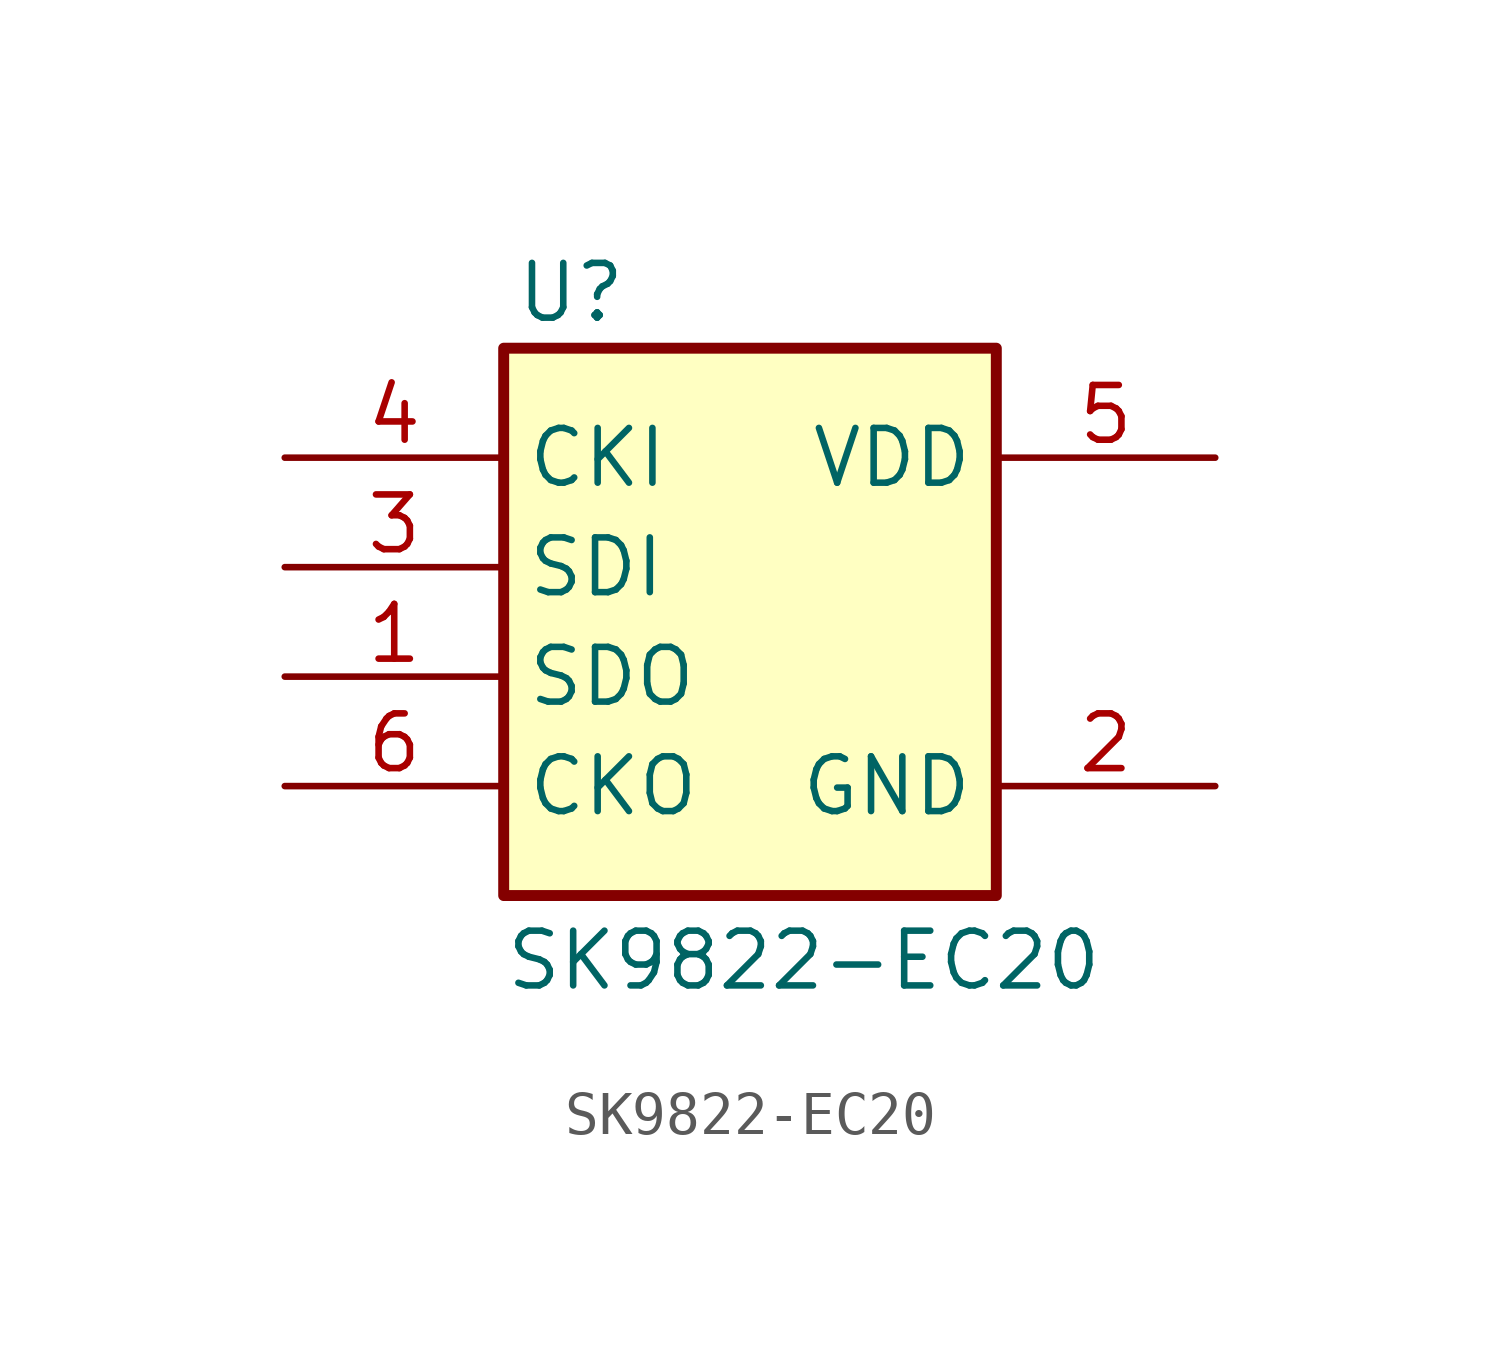
<source format=kicad_sym>
(kicad_symbol_lib
  (version 20231120)
  (generator "kicad_symbol_editor")
  (generator_version "8.0")
  (symbol "SK9822-EC20"
    (property "Reference" "U"
      (at -6.096 8.382 0)
      (effects (font (size 1.27 1.27)) (justify left top)))
    (property "Value" "SK9822-EC20"
      (at -6.35 -7.112 0)
      (effects (font (size 1.27 1.27)) (justify left top)))
    (symbol "SK9822-EC20_1_1"
      (rectangle (start -6.35 6.35) (end 5.08 -6.35) (stroke (width 0.254) (type default)) (fill (type background)))
      (pin bidirectional line (at -11.43 -1.27 0) (length 5.08) (name "SDO" (effects (font (size 1.27 1.27)))) (number "1" (effects (font (size 1.27 1.27)))))
      (pin power_in line (at 10.16 -3.81 180) (length 5.08) (name "GND" (effects (font (size 1.27 1.27)))) (number "2" (effects (font (size 1.27 1.27)))))
      (pin bidirectional line (at -11.43 1.27 0) (length 5.08) (name "SDI" (effects (font (size 1.27 1.27)))) (number "3" (effects (font (size 1.27 1.27)))))
      (pin input line (at -11.43 3.81 0) (length 5.08) (name "CKI" (effects (font (size 1.27 1.27)))) (number "4" (effects (font (size 1.27 1.27)))))
      (pin power_in line (at 10.16 3.81 180) (length 5.08) (name "VDD" (effects (font (size 1.27 1.27)))) (number "5" (effects (font (size 1.27 1.27)))))
      (pin input line (at -11.43 -3.81 0) (length 5.08) (name "CKO" (effects (font (size 1.27 1.27)))) (number "6" (effects (font (size 1.27 1.27))))))))
</source>
